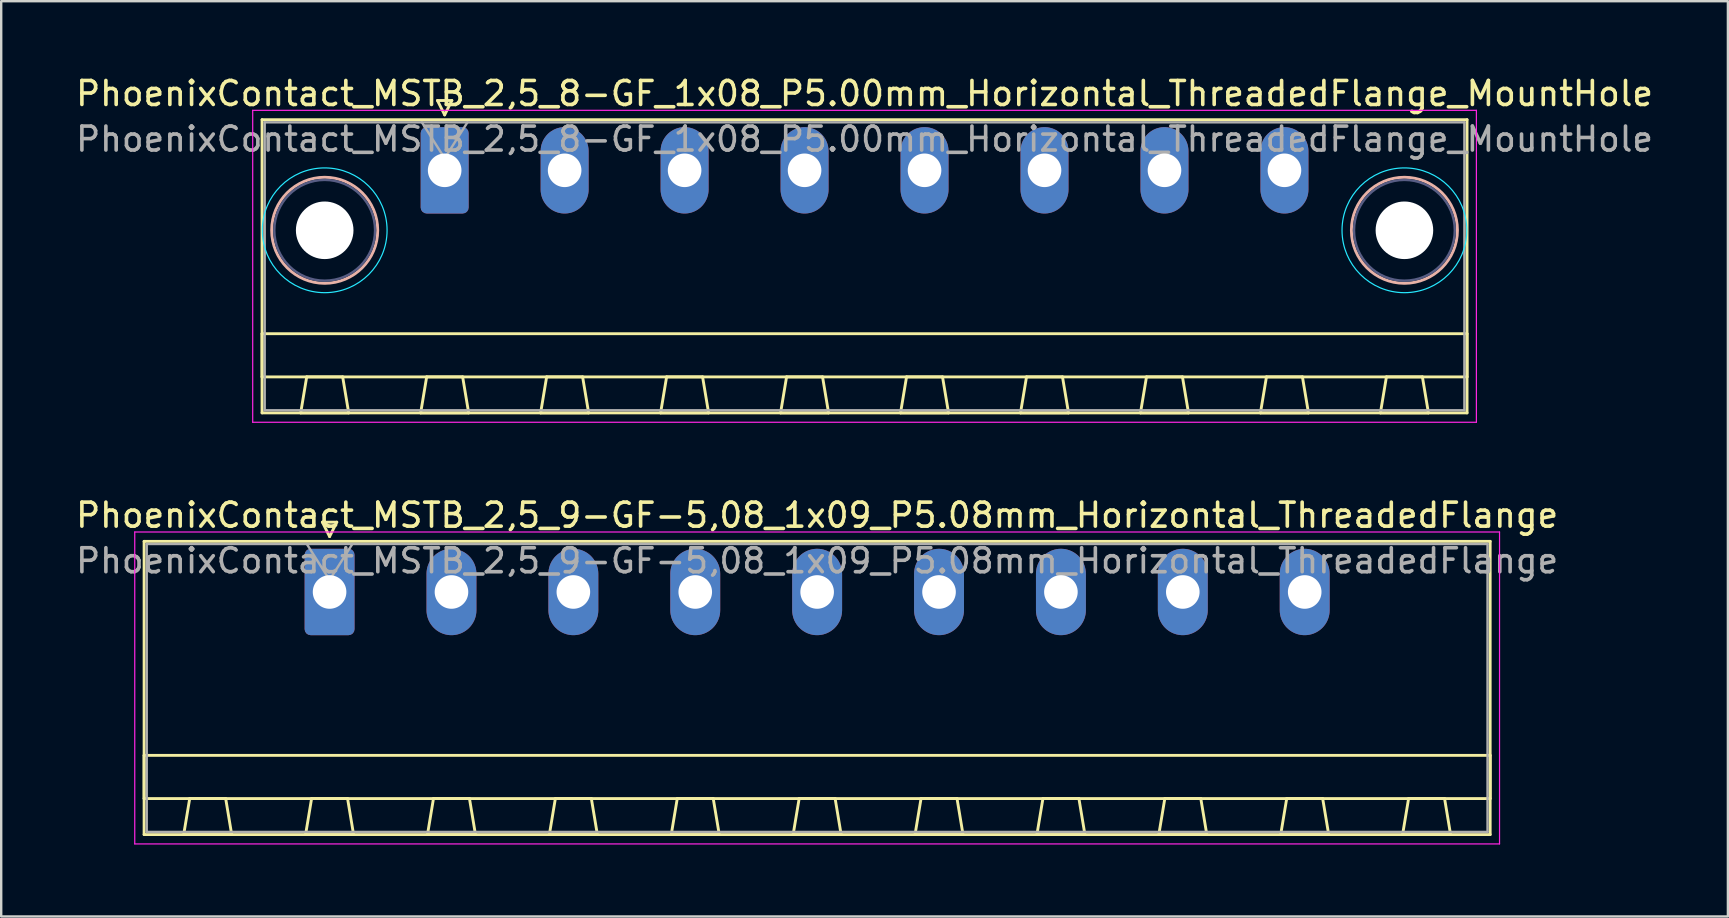
<source format=kicad_pcb>
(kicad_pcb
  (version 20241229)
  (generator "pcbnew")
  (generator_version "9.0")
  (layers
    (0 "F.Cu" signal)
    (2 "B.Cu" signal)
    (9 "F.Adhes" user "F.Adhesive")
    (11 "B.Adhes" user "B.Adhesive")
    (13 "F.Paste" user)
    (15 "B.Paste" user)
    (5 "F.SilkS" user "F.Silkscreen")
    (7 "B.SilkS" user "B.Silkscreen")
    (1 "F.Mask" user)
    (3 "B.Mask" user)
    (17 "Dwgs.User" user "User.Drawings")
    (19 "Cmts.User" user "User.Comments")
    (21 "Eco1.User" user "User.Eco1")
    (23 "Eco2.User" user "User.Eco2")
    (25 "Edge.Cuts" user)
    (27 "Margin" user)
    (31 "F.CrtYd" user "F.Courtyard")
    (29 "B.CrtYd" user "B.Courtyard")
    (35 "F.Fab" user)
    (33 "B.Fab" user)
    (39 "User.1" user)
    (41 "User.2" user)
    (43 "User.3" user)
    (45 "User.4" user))
  (footprint "PhoenixContact_MSTB_2,5_9-GF-5,08_1x09_P5.08mm_Horizontal_ThreadedFlange"
    (layer "F.Cu")
    (at 10.686 21.622)
    (property "Reference" "PhoenixContact_MSTB_2,5_9-GF-5,08_1x09_P5.08mm_Horizontal_ThreadedFlange" (at 20.32 -3.2 0) (layer "F.SilkS") (effects (font (size 1 1) (thickness 0.15))))
    (attr through_hole)
    (fp_line (start -7.73 -2.11) (end -7.73 10.11) (stroke (width 0.12) (type solid)) (layer "F.SilkS"))
    (fp_line (start -7.73 6.81) (end 48.37 6.81) (stroke (width 0.12) (type solid)) (layer "F.SilkS"))
    (fp_line (start -7.73 8.61) (end -7.73 6.81) (stroke (width 0.12) (type solid)) (layer "F.SilkS"))
    (fp_line (start -7.73 10.11) (end 48.37 10.11) (stroke (width 0.12) (type solid)) (layer "F.SilkS"))
    (fp_line (start -6.08 10.11) (end -4.08 10.11) (stroke (width 0.12) (type solid)) (layer "F.SilkS"))
    (fp_line (start -5.83 8.61) (end -6.08 10.11) (stroke (width 0.12) (type solid)) (layer "F.SilkS"))
    (fp_line (start -4.33 8.61) (end -5.83 8.61) (stroke (width 0.12) (type solid)) (layer "F.SilkS"))
    (fp_line (start -4.08 10.11) (end -4.33 8.61) (stroke (width 0.12) (type solid)) (layer "F.SilkS"))
    (fp_line (start -1 10.11) (end 1 10.11) (stroke (width 0.12) (type solid)) (layer "F.SilkS"))
    (fp_line (start -0.75 8.61) (end -1 10.11) (stroke (width 0.12) (type solid)) (layer "F.SilkS"))
    (fp_line (start -0.3 -2.91) (end 0.3 -2.91) (stroke (width 0.12) (type solid)) (layer "F.SilkS"))
    (fp_line (start 0 -2.31) (end -0.3 -2.91) (stroke (width 0.12) (type solid)) (layer "F.SilkS"))
    (fp_line (start 0.3 -2.91) (end 0 -2.31) (stroke (width 0.12) (type solid)) (layer "F.SilkS"))
    (fp_line (start 0.75 8.61) (end -0.75 8.61) (stroke (width 0.12) (type solid)) (layer "F.SilkS"))
    (fp_line (start 1 10.11) (end 0.75 8.61) (stroke (width 0.12) (type solid)) (layer "F.SilkS"))
    (fp_line (start 4.08 10.11) (end 6.08 10.11) (stroke (width 0.12) (type solid)) (layer "F.SilkS"))
    (fp_line (start 4.33 8.61) (end 4.08 10.11) (stroke (width 0.12) (type solid)) (layer "F.SilkS"))
    (fp_line (start 5.83 8.61) (end 4.33 8.61) (stroke (width 0.12) (type solid)) (layer "F.SilkS"))
    (fp_line (start 6.08 10.11) (end 5.83 8.61) (stroke (width 0.12) (type solid)) (layer "F.SilkS"))
    (fp_line (start 9.16 10.11) (end 11.16 10.11) (stroke (width 0.12) (type solid)) (layer "F.SilkS"))
    (fp_line (start 9.41 8.61) (end 9.16 10.11) (stroke (width 0.12) (type solid)) (layer "F.SilkS"))
    (fp_line (start 10.91 8.61) (end 9.41 8.61) (stroke (width 0.12) (type solid)) (layer "F.SilkS"))
    (fp_line (start 11.16 10.11) (end 10.91 8.61) (stroke (width 0.12) (type solid)) (layer "F.SilkS"))
    (fp_line (start 14.24 10.11) (end 16.24 10.11) (stroke (width 0.12) (type solid)) (layer "F.SilkS"))
    (fp_line (start 14.49 8.61) (end 14.24 10.11) (stroke (width 0.12) (type solid)) (layer "F.SilkS"))
    (fp_line (start 15.99 8.61) (end 14.49 8.61) (stroke (width 0.12) (type solid)) (layer "F.SilkS"))
    (fp_line (start 16.24 10.11) (end 15.99 8.61) (stroke (width 0.12) (type solid)) (layer "F.SilkS"))
    (fp_line (start 19.32 10.11) (end 21.32 10.11) (stroke (width 0.12) (type solid)) (layer "F.SilkS"))
    (fp_line (start 19.57 8.61) (end 19.32 10.11) (stroke (width 0.12) (type solid)) (layer "F.SilkS"))
    (fp_line (start 21.07 8.61) (end 19.57 8.61) (stroke (width 0.12) (type solid)) (layer "F.SilkS"))
    (fp_line (start 21.32 10.11) (end 21.07 8.61) (stroke (width 0.12) (type solid)) (layer "F.SilkS"))
    (fp_line (start 24.4 10.11) (end 26.4 10.11) (stroke (width 0.12) (type solid)) (layer "F.SilkS"))
    (fp_line (start 24.65 8.61) (end 24.4 10.11) (stroke (width 0.12) (type solid)) (layer "F.SilkS"))
    (fp_line (start 26.15 8.61) (end 24.65 8.61) (stroke (width 0.12) (type solid)) (layer "F.SilkS"))
    (fp_line (start 26.4 10.11) (end 26.15 8.61) (stroke (width 0.12) (type solid)) (layer "F.SilkS"))
    (fp_line (start 29.48 10.11) (end 31.48 10.11) (stroke (width 0.12) (type solid)) (layer "F.SilkS"))
    (fp_line (start 29.73 8.61) (end 29.48 10.11) (stroke (width 0.12) (type solid)) (layer "F.SilkS"))
    (fp_line (start 31.23 8.61) (end 29.73 8.61) (stroke (width 0.12) (type solid)) (layer "F.SilkS"))
    (fp_line (start 31.48 10.11) (end 31.23 8.61) (stroke (width 0.12) (type solid)) (layer "F.SilkS"))
    (fp_line (start 34.56 10.11) (end 36.56 10.11) (stroke (width 0.12) (type solid)) (layer "F.SilkS"))
    (fp_line (start 34.81 8.61) (end 34.56 10.11) (stroke (width 0.12) (type solid)) (layer "F.SilkS"))
    (fp_line (start 36.31 8.61) (end 34.81 8.61) (stroke (width 0.12) (type solid)) (layer "F.SilkS"))
    (fp_line (start 36.56 10.11) (end 36.31 8.61) (stroke (width 0.12) (type solid)) (layer "F.SilkS"))
    (fp_line (start 39.64 10.11) (end 41.64 10.11) (stroke (width 0.12) (type solid)) (layer "F.SilkS"))
    (fp_line (start 39.89 8.61) (end 39.64 10.11) (stroke (width 0.12) (type solid)) (layer "F.SilkS"))
    (fp_line (start 41.39 8.61) (end 39.89 8.61) (stroke (width 0.12) (type solid)) (layer "F.SilkS"))
    (fp_line (start 41.64 10.11) (end 41.39 8.61) (stroke (width 0.12) (type solid)) (layer "F.SilkS"))
    (fp_line (start 44.72 10.11) (end 46.72 10.11) (stroke (width 0.12) (type solid)) (layer "F.SilkS"))
    (fp_line (start 44.97 8.61) (end 44.72 10.11) (stroke (width 0.12) (type solid)) (layer "F.SilkS"))
    (fp_line (start 46.47 8.61) (end 44.97 8.61) (stroke (width 0.12) (type solid)) (layer "F.SilkS"))
    (fp_line (start 46.72 10.11) (end 46.47 8.61) (stroke (width 0.12) (type solid)) (layer "F.SilkS"))
    (fp_line (start 48.37 -2.11) (end -7.73 -2.11) (stroke (width 0.12) (type solid)) (layer "F.SilkS"))
    (fp_line (start 48.37 6.81) (end 48.37 8.61) (stroke (width 0.12) (type solid)) (layer "F.SilkS"))
    (fp_line (start 48.37 8.61) (end -7.73 8.61) (stroke (width 0.12) (type solid)) (layer "F.SilkS"))
    (fp_line (start 48.37 10.11) (end 48.37 -2.11) (stroke (width 0.12) (type solid)) (layer "F.SilkS"))
    (fp_line (start -8.12 -2.5) (end -8.12 10.5) (stroke (width 0.05) (type solid)) (layer "F.CrtYd"))
    (fp_line (start -8.12 10.5) (end 48.76 10.5) (stroke (width 0.05) (type solid)) (layer "F.CrtYd"))
    (fp_line (start 48.76 -2.5) (end -8.12 -2.5) (stroke (width 0.05) (type solid)) (layer "F.CrtYd"))
    (fp_line (start 48.76 10.5) (end 48.76 -2.5) (stroke (width 0.05) (type solid)) (layer "F.CrtYd"))
    (fp_line (start -7.62 -2) (end -7.62 10) (stroke (width 0.1) (type solid)) (layer "F.Fab"))
    (fp_line (start -7.62 10) (end 48.26 10) (stroke (width 0.1) (type solid)) (layer "F.Fab"))
    (fp_line (start 0 -0.5) (end -0.95 -2) (stroke (width 0.1) (type solid)) (layer "F.Fab"))
    (fp_line (start 0.95 -2) (end 0 -0.5) (stroke (width 0.1) (type solid)) (layer "F.Fab"))
    (fp_line (start 48.26 -2) (end -7.62 -2) (stroke (width 0.1) (type solid)) (layer "F.Fab"))
    (fp_line (start 48.26 10) (end 48.26 -2) (stroke (width 0.1) (type solid)) (layer "F.Fab"))
    (fp_text user "${REFERENCE}" (at 20.32 -1.3 0) (layer "F.Fab") (effects (font (size 1 1) (thickness 0.15))))
    (pad "1" thru_hole roundrect (at 0 0) (size 2.08 3.6) (drill 1.4) (layers "*.Cu" "*.Mask") (roundrect_rratio 0.12))
    (pad "2" thru_hole oval (at 5.08 0) (size 2.08 3.6) (drill 1.4) (layers "*.Cu" "*.Mask"))
    (pad "3" thru_hole oval (at 10.16 0) (size 2.08 3.6) (drill 1.4) (layers "*.Cu" "*.Mask"))
    (pad "4" thru_hole oval (at 15.24 0) (size 2.08 3.6) (drill 1.4) (layers "*.Cu" "*.Mask"))
    (pad "5" thru_hole oval (at 20.32 0) (size 2.08 3.6) (drill 1.4) (layers "*.Cu" "*.Mask"))
    (pad "6" thru_hole oval (at 25.4 0) (size 2.08 3.6) (drill 1.4) (layers "*.Cu" "*.Mask"))
    (pad "7" thru_hole oval (at 30.48 0) (size 2.08 3.6) (drill 1.4) (layers "*.Cu" "*.Mask"))
    (pad "8" thru_hole oval (at 35.56 0) (size 2.08 3.6) (drill 1.4) (layers "*.Cu" "*.Mask"))
    (pad "9" thru_hole oval (at 40.64 0) (size 2.08 3.6) (drill 1.4) (layers "*.Cu" "*.Mask")))
  (footprint "PhoenixContact_MSTB_2,5_8-GF_1x08_P5.00mm_Horizontal_ThreadedFlange_MountHole"
    (layer "F.Cu")
    (at 15.482 4.048)
    (property "Reference" "PhoenixContact_MSTB_2,5_8-GF_1x08_P5.00mm_Horizontal_ThreadedFlange_MountHole" (at 17.5 -3.2 0) (layer "F.SilkS") (effects (font (size 1 1) (thickness 0.15))))
    (attr through_hole)
    (fp_line (start -7.61 -2.11) (end -7.61 10.11) (stroke (width 0.12) (type solid)) (layer "F.SilkS"))
    (fp_line (start -7.61 6.81) (end 42.61 6.81) (stroke (width 0.12) (type solid)) (layer "F.SilkS"))
    (fp_line (start -7.61 8.61) (end -7.61 6.81) (stroke (width 0.12) (type solid)) (layer "F.SilkS"))
    (fp_line (start -7.61 10.11) (end 42.61 10.11) (stroke (width 0.12) (type solid)) (layer "F.SilkS"))
    (fp_line (start -6 10.11) (end -4 10.11) (stroke (width 0.12) (type solid)) (layer "F.SilkS"))
    (fp_line (start -5.75 8.61) (end -6 10.11) (stroke (width 0.12) (type solid)) (layer "F.SilkS"))
    (fp_line (start -4.25 8.61) (end -5.75 8.61) (stroke (width 0.12) (type solid)) (layer "F.SilkS"))
    (fp_line (start -4 10.11) (end -4.25 8.61) (stroke (width 0.12) (type solid)) (layer "F.SilkS"))
    (fp_line (start -1 10.11) (end 1 10.11) (stroke (width 0.12) (type solid)) (layer "F.SilkS"))
    (fp_line (start -0.75 8.61) (end -1 10.11) (stroke (width 0.12) (type solid)) (layer "F.SilkS"))
    (fp_line (start -0.3 -2.91) (end 0.3 -2.91) (stroke (width 0.12) (type solid)) (layer "F.SilkS"))
    (fp_line (start 0 -2.31) (end -0.3 -2.91) (stroke (width 0.12) (type solid)) (layer "F.SilkS"))
    (fp_line (start 0.3 -2.91) (end 0 -2.31) (stroke (width 0.12) (type solid)) (layer "F.SilkS"))
    (fp_line (start 0.75 8.61) (end -0.75 8.61) (stroke (width 0.12) (type solid)) (layer "F.SilkS"))
    (fp_line (start 1 10.11) (end 0.75 8.61) (stroke (width 0.12) (type solid)) (layer "F.SilkS"))
    (fp_line (start 4 10.11) (end 6 10.11) (stroke (width 0.12) (type solid)) (layer "F.SilkS"))
    (fp_line (start 4.25 8.61) (end 4 10.11) (stroke (width 0.12) (type solid)) (layer "F.SilkS"))
    (fp_line (start 5.75 8.61) (end 4.25 8.61) (stroke (width 0.12) (type solid)) (layer "F.SilkS"))
    (fp_line (start 6 10.11) (end 5.75 8.61) (stroke (width 0.12) (type solid)) (layer "F.SilkS"))
    (fp_line (start 9 10.11) (end 11 10.11) (stroke (width 0.12) (type solid)) (layer "F.SilkS"))
    (fp_line (start 9.25 8.61) (end 9 10.11) (stroke (width 0.12) (type solid)) (layer "F.SilkS"))
    (fp_line (start 10.75 8.61) (end 9.25 8.61) (stroke (width 0.12) (type solid)) (layer "F.SilkS"))
    (fp_line (start 11 10.11) (end 10.75 8.61) (stroke (width 0.12) (type solid)) (layer "F.SilkS"))
    (fp_line (start 14 10.11) (end 16 10.11) (stroke (width 0.12) (type solid)) (layer "F.SilkS"))
    (fp_line (start 14.25 8.61) (end 14 10.11) (stroke (width 0.12) (type solid)) (layer "F.SilkS"))
    (fp_line (start 15.75 8.61) (end 14.25 8.61) (stroke (width 0.12) (type solid)) (layer "F.SilkS"))
    (fp_line (start 16 10.11) (end 15.75 8.61) (stroke (width 0.12) (type solid)) (layer "F.SilkS"))
    (fp_line (start 19 10.11) (end 21 10.11) (stroke (width 0.12) (type solid)) (layer "F.SilkS"))
    (fp_line (start 19.25 8.61) (end 19 10.11) (stroke (width 0.12) (type solid)) (layer "F.SilkS"))
    (fp_line (start 20.75 8.61) (end 19.25 8.61) (stroke (width 0.12) (type solid)) (layer "F.SilkS"))
    (fp_line (start 21 10.11) (end 20.75 8.61) (stroke (width 0.12) (type solid)) (layer "F.SilkS"))
    (fp_line (start 24 10.11) (end 26 10.11) (stroke (width 0.12) (type solid)) (layer "F.SilkS"))
    (fp_line (start 24.25 8.61) (end 24 10.11) (stroke (width 0.12) (type solid)) (layer "F.SilkS"))
    (fp_line (start 25.75 8.61) (end 24.25 8.61) (stroke (width 0.12) (type solid)) (layer "F.SilkS"))
    (fp_line (start 26 10.11) (end 25.75 8.61) (stroke (width 0.12) (type solid)) (layer "F.SilkS"))
    (fp_line (start 29 10.11) (end 31 10.11) (stroke (width 0.12) (type solid)) (layer "F.SilkS"))
    (fp_line (start 29.25 8.61) (end 29 10.11) (stroke (width 0.12) (type solid)) (layer "F.SilkS"))
    (fp_line (start 30.75 8.61) (end 29.25 8.61) (stroke (width 0.12) (type solid)) (layer "F.SilkS"))
    (fp_line (start 31 10.11) (end 30.75 8.61) (stroke (width 0.12) (type solid)) (layer "F.SilkS"))
    (fp_line (start 34 10.11) (end 36 10.11) (stroke (width 0.12) (type solid)) (layer "F.SilkS"))
    (fp_line (start 34.25 8.61) (end 34 10.11) (stroke (width 0.12) (type solid)) (layer "F.SilkS"))
    (fp_line (start 35.75 8.61) (end 34.25 8.61) (stroke (width 0.12) (type solid)) (layer "F.SilkS"))
    (fp_line (start 36 10.11) (end 35.75 8.61) (stroke (width 0.12) (type solid)) (layer "F.SilkS"))
    (fp_line (start 39 10.11) (end 41 10.11) (stroke (width 0.12) (type solid)) (layer "F.SilkS"))
    (fp_line (start 39.25 8.61) (end 39 10.11) (stroke (width 0.12) (type solid)) (layer "F.SilkS"))
    (fp_line (start 40.75 8.61) (end 39.25 8.61) (stroke (width 0.12) (type solid)) (layer "F.SilkS"))
    (fp_line (start 41 10.11) (end 40.75 8.61) (stroke (width 0.12) (type solid)) (layer "F.SilkS"))
    (fp_line (start 42.61 -2.11) (end -7.61 -2.11) (stroke (width 0.12) (type solid)) (layer "F.SilkS"))
    (fp_line (start 42.61 6.81) (end 42.61 8.61) (stroke (width 0.12) (type solid)) (layer "F.SilkS"))
    (fp_line (start 42.61 8.61) (end -7.61 8.61) (stroke (width 0.12) (type solid)) (layer "F.SilkS"))
    (fp_line (start 42.61 10.11) (end 42.61 -2.11) (stroke (width 0.12) (type solid)) (layer "F.SilkS"))
    (fp_circle (center -5 2.5) (end -2.79 2.5) (stroke (width 0.12) (type solid)) (fill no) (layer "B.SilkS"))
    (fp_circle (center 40 2.5) (end 42.21 2.5) (stroke (width 0.12) (type solid)) (fill no) (layer "B.SilkS"))
    (fp_circle (center -5 2.5) (end -2.4 2.5) (stroke (width 0.05) (type solid)) (fill no) (layer "B.CrtYd"))
    (fp_circle (center 40 2.5) (end 42.6 2.5) (stroke (width 0.05) (type solid)) (fill no) (layer "B.CrtYd"))
    (fp_line (start -8 -2.5) (end -8 10.5) (stroke (width 0.05) (type solid)) (layer "F.CrtYd"))
    (fp_line (start -8 10.5) (end 43 10.5) (stroke (width 0.05) (type solid)) (layer "F.CrtYd"))
    (fp_line (start 43 -2.5) (end -8 -2.5) (stroke (width 0.05) (type solid)) (layer "F.CrtYd"))
    (fp_line (start 43 10.5) (end 43 -2.5) (stroke (width 0.05) (type solid)) (layer "F.CrtYd"))
    (fp_circle (center -5 2.5) (end -2.9 2.5) (stroke (width 0.1) (type solid)) (fill no) (layer "B.Fab"))
    (fp_circle (center 40 2.5) (end 42.1 2.5) (stroke (width 0.1) (type solid)) (fill no) (layer "B.Fab"))
    (fp_line (start -7.5 -2) (end -7.5 10) (stroke (width 0.1) (type solid)) (layer "F.Fab"))
    (fp_line (start -7.5 10) (end 42.5 10) (stroke (width 0.1) (type solid)) (layer "F.Fab"))
    (fp_line (start 0 -0.5) (end -0.95 -2) (stroke (width 0.1) (type solid)) (layer "F.Fab"))
    (fp_line (start 0.95 -2) (end 0 -0.5) (stroke (width 0.1) (type solid)) (layer "F.Fab"))
    (fp_line (start 42.5 -2) (end -7.5 -2) (stroke (width 0.1) (type solid)) (layer "F.Fab"))
    (fp_line (start 42.5 10) (end 42.5 -2) (stroke (width 0.1) (type solid)) (layer "F.Fab"))
    (fp_text user "${REFERENCE}" (at 17.5 -1.3 0) (layer "F.Fab") (effects (font (size 1 1) (thickness 0.15))))
    (pad "" np_thru_hole circle (at -5 2.5) (size 2.4 2.4) (drill 2.4) (layers "*.Cu" "*.Mask"))
    (pad "" np_thru_hole circle (at 40 2.5) (size 2.4 2.4) (drill 2.4) (layers "*.Cu" "*.Mask"))
    (pad "1" thru_hole roundrect (at 0 0) (size 2 3.6) (drill 1.4) (layers "*.Cu" "*.Mask") (roundrect_rratio 0.125))
    (pad "2" thru_hole oval (at 5 0) (size 2 3.6) (drill 1.4) (layers "*.Cu" "*.Mask"))
    (pad "3" thru_hole oval (at 10 0) (size 2 3.6) (drill 1.4) (layers "*.Cu" "*.Mask"))
    (pad "4" thru_hole oval (at 15 0) (size 2 3.6) (drill 1.4) (layers "*.Cu" "*.Mask"))
    (pad "5" thru_hole oval (at 20 0) (size 2 3.6) (drill 1.4) (layers "*.Cu" "*.Mask"))
    (pad "6" thru_hole oval (at 25 0) (size 2 3.6) (drill 1.4) (layers "*.Cu" "*.Mask"))
    (pad "7" thru_hole oval (at 30 0) (size 2 3.6) (drill 1.4) (layers "*.Cu" "*.Mask"))
    (pad "8" thru_hole oval (at 35 0) (size 2 3.6) (drill 1.4) (layers "*.Cu" "*.Mask")))
  (gr_rect
    (start -3 -3)
    (end 68.964 35.147)
    (stroke (width 0.1) (type default))
    (fill no)
    (layer "Edge.Cuts")))
</source>
